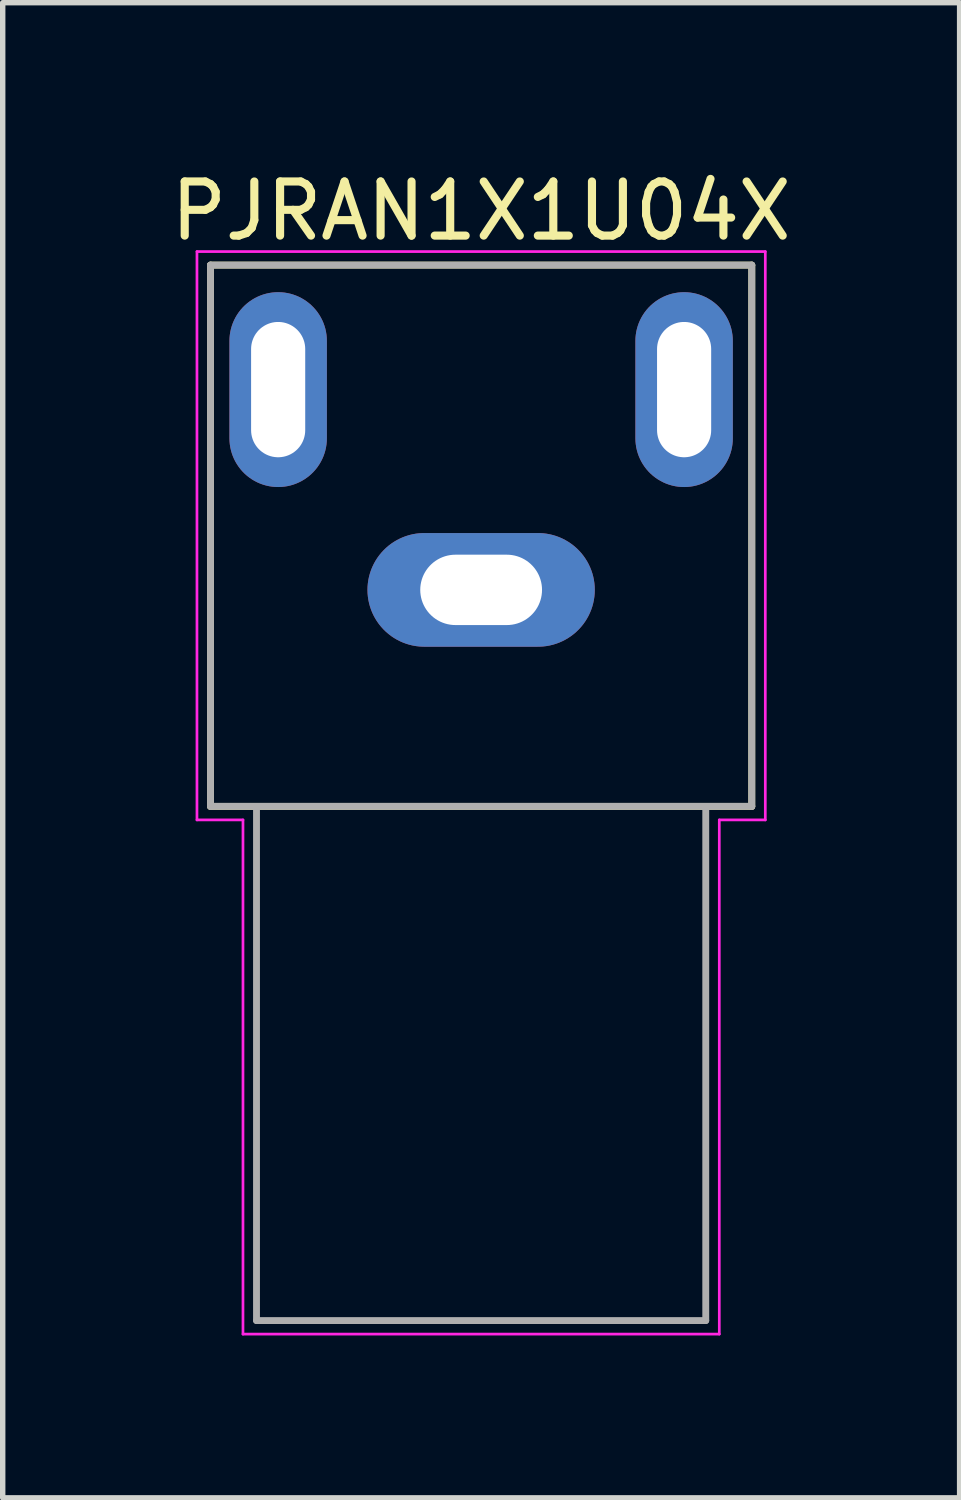
<source format=kicad_pcb>
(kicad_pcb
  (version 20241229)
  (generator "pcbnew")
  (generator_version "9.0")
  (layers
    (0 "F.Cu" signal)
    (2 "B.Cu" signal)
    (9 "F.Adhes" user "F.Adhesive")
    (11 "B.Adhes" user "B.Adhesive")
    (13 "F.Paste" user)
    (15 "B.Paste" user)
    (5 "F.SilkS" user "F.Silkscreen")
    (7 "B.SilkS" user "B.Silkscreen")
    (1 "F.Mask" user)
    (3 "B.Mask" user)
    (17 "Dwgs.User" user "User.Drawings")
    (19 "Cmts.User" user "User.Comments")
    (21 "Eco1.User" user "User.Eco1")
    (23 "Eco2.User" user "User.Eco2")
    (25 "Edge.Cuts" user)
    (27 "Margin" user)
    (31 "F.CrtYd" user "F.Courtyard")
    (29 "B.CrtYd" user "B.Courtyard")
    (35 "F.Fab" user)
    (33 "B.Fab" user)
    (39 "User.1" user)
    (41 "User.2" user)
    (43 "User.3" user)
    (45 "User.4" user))
  (footprint "PJRAN1X1U04X"
    (layer "F.Cu")
    (at 5.839 7.848)
    (property "Reference" "PJRAN1X1U04X" (at 0 -7 0) (layer "F.SilkS") (effects (font (size 1 1) (thickness 0.15))))
    (attr through_hole)
    (fp_line (start -5 -6) (end -5 4) (stroke (width 0.127) (type solid)) (layer "F.SilkS"))
    (fp_line (start -5 4) (end 5 4) (stroke (width 0.127) (type solid)) (layer "F.SilkS"))
    (fp_line (start 5 -6) (end -5 -6) (stroke (width 0.127) (type solid)) (layer "F.SilkS"))
    (fp_line (start 5 4) (end 5 -6) (stroke (width 0.127) (type solid)) (layer "F.SilkS"))
    (fp_line (start -5.25 -6.25) (end -5.25 4.25) (stroke (width 0.05) (type solid)) (layer "F.CrtYd"))
    (fp_line (start -5.25 4.25) (end -4.4 4.25) (stroke (width 0.05) (type solid)) (layer "F.CrtYd"))
    (fp_line (start -4.4 4.25) (end -4.4 13.75) (stroke (width 0.05) (type solid)) (layer "F.CrtYd"))
    (fp_line (start -4.4 13.75) (end 4.4 13.75) (stroke (width 0.05) (type solid)) (layer "F.CrtYd"))
    (fp_line (start 4.4 4.25) (end 5.25 4.25) (stroke (width 0.05) (type solid)) (layer "F.CrtYd"))
    (fp_line (start 4.4 13.75) (end 4.4 4.25) (stroke (width 0.05) (type solid)) (layer "F.CrtYd"))
    (fp_line (start 5.25 -6.25) (end -5.25 -6.25) (stroke (width 0.05) (type solid)) (layer "F.CrtYd"))
    (fp_line (start 5.25 4.25) (end 5.25 -6.25) (stroke (width 0.05) (type solid)) (layer "F.CrtYd"))
    (fp_line (start -5 -6) (end -5 4) (stroke (width 0.127) (type solid)) (layer "F.Fab"))
    (fp_line (start -5 4) (end -4.15 4) (stroke (width 0.127) (type solid)) (layer "F.Fab"))
    (fp_line (start -4.15 4) (end -4.15 13.5) (stroke (width 0.127) (type solid)) (layer "F.Fab"))
    (fp_line (start -4.15 4) (end 4.15 4) (stroke (width 0.127) (type solid)) (layer "F.Fab"))
    (fp_line (start -4.15 13.5) (end 4.15 13.5) (stroke (width 0.127) (type solid)) (layer "F.Fab"))
    (fp_line (start 4.15 4) (end 5 4) (stroke (width 0.127) (type solid)) (layer "F.Fab"))
    (fp_line (start 4.15 13.5) (end 4.15 4) (stroke (width 0.127) (type solid)) (layer "F.Fab"))
    (fp_line (start 5 -6) (end -5 -6) (stroke (width 0.127) (type solid)) (layer "F.Fab"))
    (fp_line (start 5 4) (end 5 -6) (stroke (width 0.127) (type solid)) (layer "F.Fab"))
    (pad "1" thru_hole oval (at 0 0) (size 4.2 2.1) (drill oval 2.25 1.3) (layers "*.Cu" "*.Mask"))
    (pad "2" thru_hole oval (at -3.75 -3.7) (size 1.8 3.6) (drill oval 1 2.5) (layers "*.Cu" "*.Mask"))
    (pad "3" thru_hole oval (at 3.75 -3.7) (size 1.8 3.6) (drill oval 1 2.5) (layers "*.Cu" "*.Mask")))
  (gr_rect
    (start -3 -3)
    (end 14.679 24.623)
    (stroke (width 0.1) (type default))
    (fill no)
    (layer "Edge.Cuts")))
</source>
